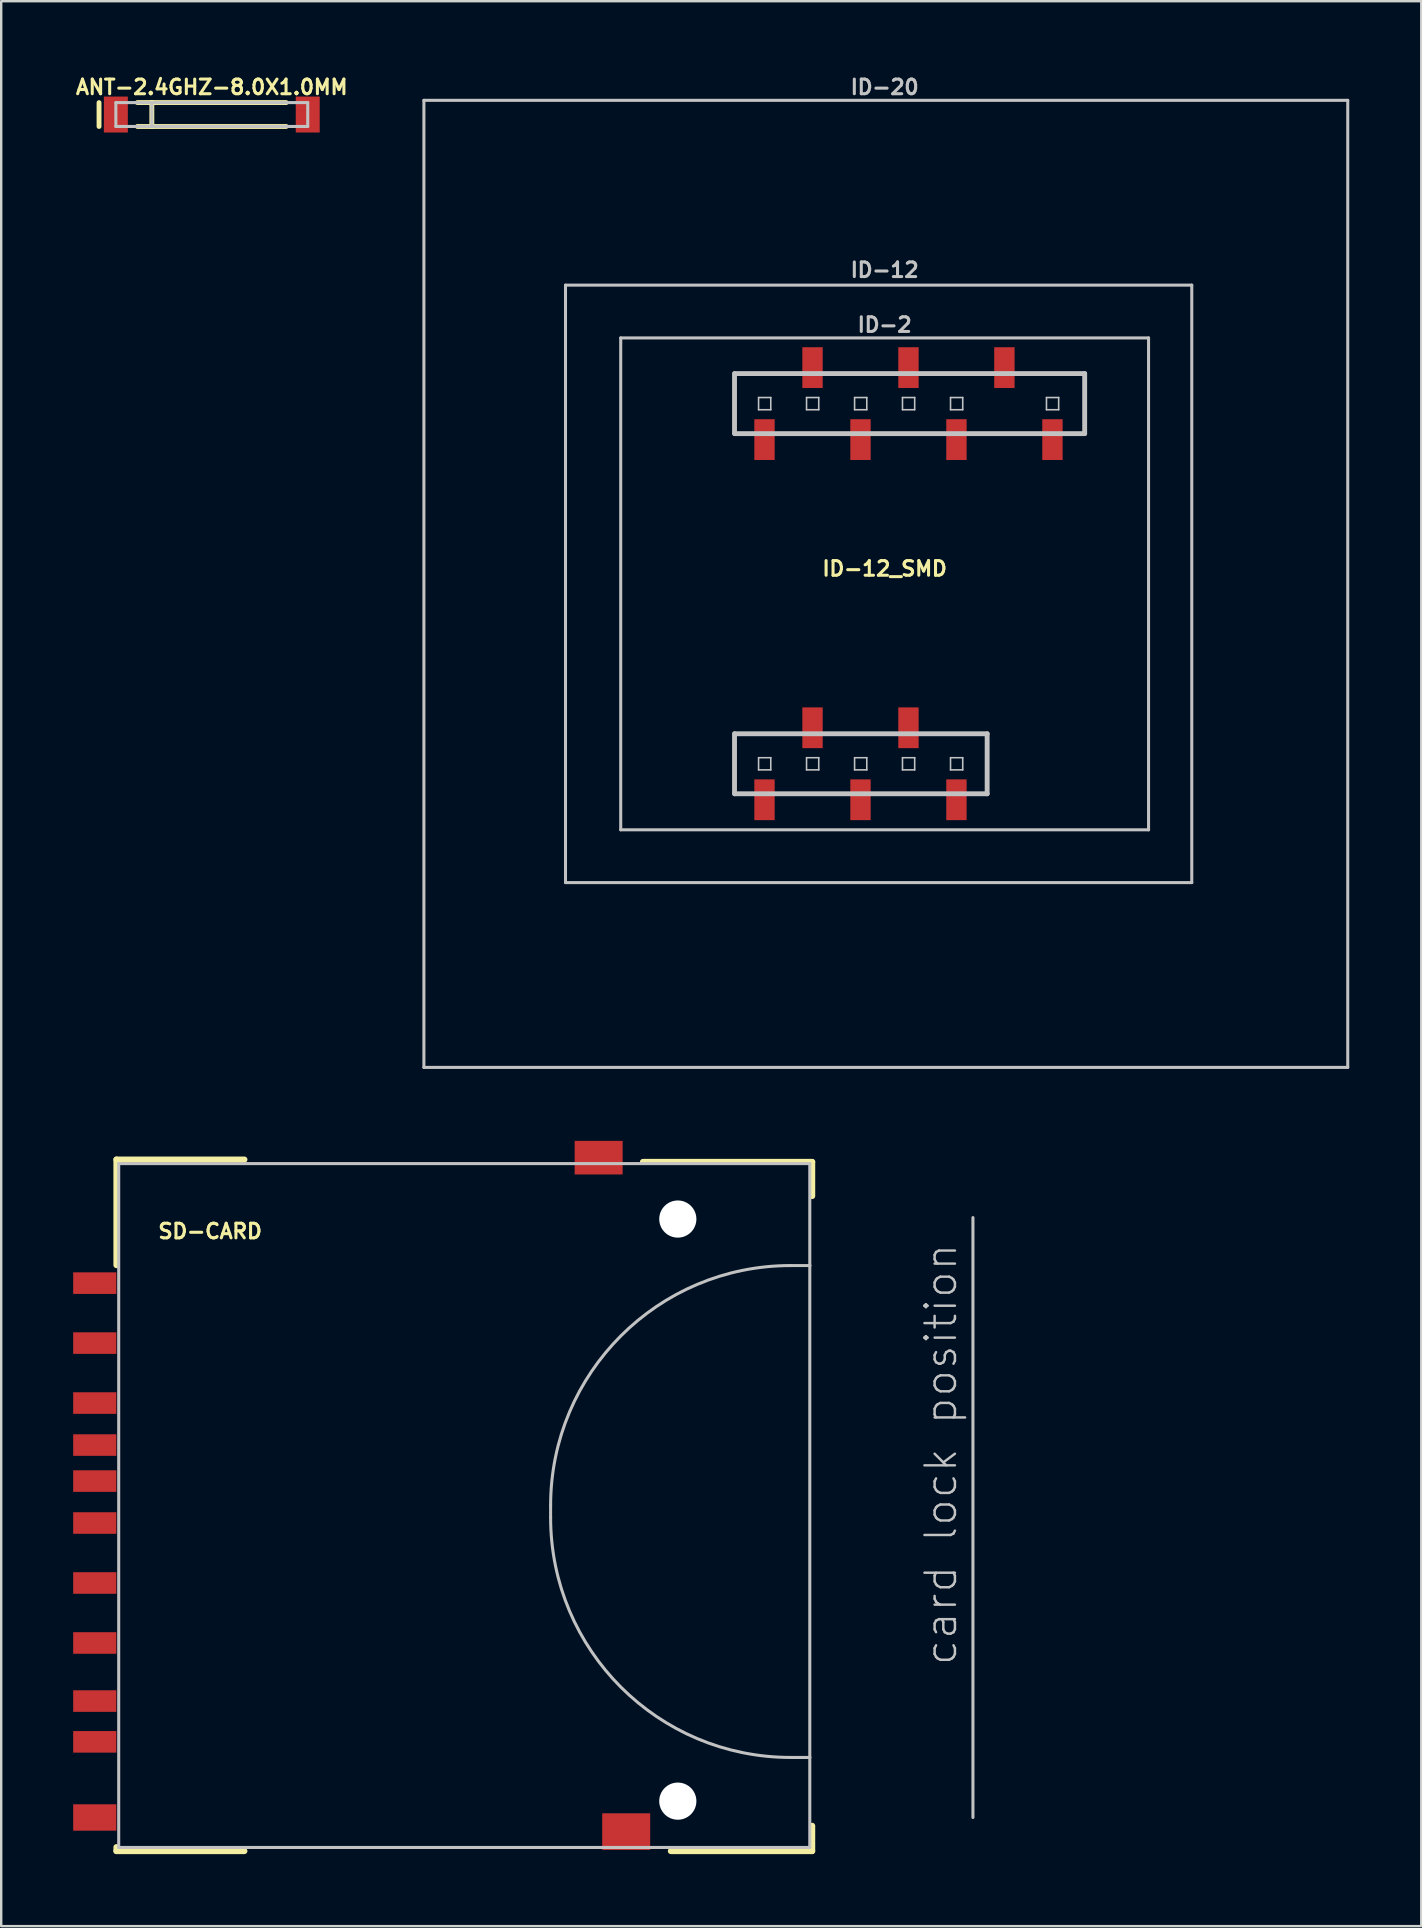
<source format=kicad_pcb>
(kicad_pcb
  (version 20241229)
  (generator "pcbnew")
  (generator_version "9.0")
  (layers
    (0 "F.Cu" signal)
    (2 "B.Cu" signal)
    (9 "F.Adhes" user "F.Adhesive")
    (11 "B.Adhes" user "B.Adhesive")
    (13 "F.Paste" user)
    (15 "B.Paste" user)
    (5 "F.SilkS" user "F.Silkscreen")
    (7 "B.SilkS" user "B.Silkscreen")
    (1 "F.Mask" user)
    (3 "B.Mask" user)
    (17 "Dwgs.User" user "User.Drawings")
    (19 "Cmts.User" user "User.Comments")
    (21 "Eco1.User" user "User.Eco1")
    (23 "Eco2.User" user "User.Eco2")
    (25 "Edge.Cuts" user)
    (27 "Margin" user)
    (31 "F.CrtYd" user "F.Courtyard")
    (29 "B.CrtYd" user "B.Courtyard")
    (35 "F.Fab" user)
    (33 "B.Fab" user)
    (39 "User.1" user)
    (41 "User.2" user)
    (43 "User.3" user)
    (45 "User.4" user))
  (footprint "SD-CARD"
    (layer "F.Cu")
    (at 1.897 59.689)
    (property "Reference" "SD-CARD" (at 3.81 -11.43 0) (layer "F.SilkS") (effects (font (size 0.61 0.61) (thickness 0.127))))
    (attr smd)
    (fp_line (start -0.094 -14.417) (end 5.237 -14.417) (stroke (width 0.254) (type solid)) (layer "F.SilkS"))
    (fp_line (start -0.094 -10.018) (end -0.094 -14.417) (stroke (width 0.254) (type solid)) (layer "F.SilkS"))
    (fp_line (start -0.094 14.237) (end -0.094 14.399) (stroke (width 0.254) (type solid)) (layer "F.SilkS"))
    (fp_line (start -0.094 14.399) (end 5.237 14.399) (stroke (width 0.254) (type solid)) (layer "F.SilkS"))
    (fp_line (start 21.847 -14.318) (end 28.898 -14.318) (stroke (width 0.254) (type solid)) (layer "F.SilkS"))
    (fp_line (start 23.01 14.399) (end 28.898 14.399) (stroke (width 0.254) (type solid)) (layer "F.SilkS"))
    (fp_line (start 28.898 -14.318) (end 28.898 -12.898) (stroke (width 0.254) (type solid)) (layer "F.SilkS"))
    (fp_line (start 28.898 14.399) (end 28.898 13.348) (stroke (width 0.254) (type solid)) (layer "F.SilkS"))
    (fp_line (start 0 -14.249) (end 28.799 -14.249) (stroke (width 0.127) (type solid)) (layer "Dwgs.User"))
    (fp_line (start 0 14.249) (end 0 -14.249) (stroke (width 0.127) (type solid)) (layer "Dwgs.User"))
    (fp_line (start 17.998 0) (end 17.998 0.498) (stroke (width 0.127) (type solid)) (layer "Dwgs.User"))
    (fp_line (start 27.998 10.498) (end 28.799 10.498) (stroke (width 0.127) (type solid)) (layer "Dwgs.User"))
    (fp_line (start 28.799 -14.249) (end 28.799 -10) (stroke (width 0.127) (type solid)) (layer "Dwgs.User"))
    (fp_line (start 28.799 -10) (end 27.998 -10) (stroke (width 0.127) (type solid)) (layer "Dwgs.User"))
    (fp_line (start 28.799 -10) (end 28.799 10.498) (stroke (width 0.127) (type solid)) (layer "Dwgs.User"))
    (fp_line (start 28.799 10.498) (end 28.799 14.249) (stroke (width 0.127) (type solid)) (layer "Dwgs.User"))
    (fp_line (start 28.799 14.249) (end 0 14.249) (stroke (width 0.127) (type solid)) (layer "Dwgs.User"))
    (fp_line (start 35.598 -11.999) (end 35.598 13) (stroke (width 0.127) (type solid)) (layer "Dwgs.User"))
    (fp_arc (start 17.99844 0) (mid 20.927366 -7.071054) (end 27.99842 -9.99998) (stroke (width 0.127) (type solid)) (layer "Dwgs.User"))
    (fp_arc (start 27.99842 10.49782) (mid 20.927366 7.568894) (end 17.99844 0.49784) (stroke (width 0.127) (type solid)) (layer "Dwgs.User"))
    (fp_text user "card lock position" (at 34.265 -2.129 90) (layer "Dwgs.User") (effects (font (size 1.27 1.27) (thickness 0.102))))
    (pad "" np_thru_hole circle (at 23.299 -11.938) (size 1.549 1.549) (drill 1.549) (layers "*.Cu" "*.Mask"))
    (pad "" np_thru_hole circle (at 23.299 12.319) (size 1.549 1.549) (drill 1.549) (layers "*.Cu" "*.Mask"))
    (pad "1" smd rect (at -0.998 -6.769) (size 1.798 0.899) (layers "F.Cu" "F.Mask" "F.Paste"))
    (pad "2" smd rect (at -0.998 -4.27) (size 1.798 0.899) (layers "F.Cu" "F.Mask" "F.Paste"))
    (pad "3" smd rect (at -0.998 -2.52) (size 1.798 0.899) (layers "F.Cu" "F.Mask" "F.Paste"))
    (pad "4" smd rect (at -0.998 0.729) (size 1.798 0.899) (layers "F.Cu" "F.Mask" "F.Paste"))
    (pad "5" smd rect (at -0.998 3.228) (size 1.798 0.899) (layers "F.Cu" "F.Mask" "F.Paste"))
    (pad "6" smd rect (at -0.998 5.728) (size 1.798 0.899) (layers "F.Cu" "F.Mask" "F.Paste"))
    (pad "7" smd rect (at -0.998 8.148) (size 1.798 0.899) (layers "F.Cu" "F.Mask" "F.Paste"))
    (pad "8" smd rect (at -0.998 9.848) (size 1.798 0.899) (layers "F.Cu" "F.Mask" "F.Paste"))
    (pad "9" smd rect (at -0.998 -9.268) (size 1.798 0.899) (layers "F.Cu" "F.Mask" "F.Paste"))
    (pad "CD" smd rect (at -0.998 -1.019) (size 1.798 0.899) (layers "F.Cu" "F.Mask" "F.Paste"))
    (pad "SH@1" smd rect (at 20 -14.496) (size 1.999 1.4) (layers "F.Cu" "F.Mask" "F.Paste"))
    (pad "SH@2" smd rect (at 21.148 13.589) (size 1.999 1.527) (layers "F.Cu" "F.Mask" "F.Paste"))
    (pad "WP" smd rect (at -0.998 13) (size 1.798 1.1) (layers "F.Cu" "F.Mask" "F.Paste")))
  (footprint "ANT-2.4GHZ-8.0X1.0MM"
    (layer "F.Cu")
    (at 5.776 1.723)
    (property "Reference" "ANT-2.4GHZ-8.0X1.0MM" (at 0 -1.143 0) (layer "F.SilkS") (effects (font (size 0.61 0.61) (thickness 0.127))))
    (attr smd)
    (fp_line (start -4.699 -0.498) (end -4.699 0.498) (stroke (width 0.203) (type solid)) (layer "F.SilkS"))
    (fp_line (start -3.099 -0.498) (end -2.499 -0.498) (stroke (width 0.203) (type solid)) (layer "F.SilkS"))
    (fp_line (start -2.499 -0.498) (end -2.499 0.498) (stroke (width 0.203) (type solid)) (layer "F.SilkS"))
    (fp_line (start -2.499 -0.498) (end 3.099 -0.498) (stroke (width 0.203) (type solid)) (layer "F.SilkS"))
    (fp_line (start -2.499 0.498) (end -3.099 0.498) (stroke (width 0.203) (type solid)) (layer "F.SilkS"))
    (fp_line (start 3.099 0.498) (end -2.499 0.498) (stroke (width 0.203) (type solid)) (layer "F.SilkS"))
    (fp_line (start -3.998 -0.498) (end -2.499 -0.498) (stroke (width 0.127) (type solid)) (layer "Dwgs.User"))
    (fp_line (start -3.998 0.498) (end -3.998 -0.498) (stroke (width 0.127) (type solid)) (layer "Dwgs.User"))
    (fp_line (start -2.499 -0.498) (end -2.499 0.498) (stroke (width 0.127) (type solid)) (layer "Dwgs.User"))
    (fp_line (start -2.499 -0.498) (end 3.998 -0.498) (stroke (width 0.127) (type solid)) (layer "Dwgs.User"))
    (fp_line (start -2.499 0.498) (end -3.998 0.498) (stroke (width 0.127) (type solid)) (layer "Dwgs.User"))
    (fp_line (start 3.998 -0.498) (end 3.998 0.498) (stroke (width 0.127) (type solid)) (layer "Dwgs.User"))
    (fp_line (start 3.998 0.498) (end -2.499 0.498) (stroke (width 0.127) (type solid)) (layer "Dwgs.User"))
    (pad "FEED" smd rect (at -3.998 0) (size 0.998 1.499) (layers "F.Cu" "F.Mask" "F.Paste"))
    (pad "NC" smd rect (at 3.998 0) (size 0.998 1.499) (layers "F.Cu" "F.Mask" "F.Paste")))
  (footprint "ID-12_SMD"
    (layer "F.Cu")
    (at 33.815 21.281)
    (property "Reference" "ID-12_SMD" (at 0 -0.635 0) (layer "F.SilkS") (effects (font (size 0.61 0.61) (thickness 0.127))))
    (attr smd)
    (fp_line (start -19.2 -20.15) (end 19.299 -20.15) (stroke (width 0.127) (type solid)) (layer "Dwgs.User"))
    (fp_line (start -19.2 20.15) (end -19.2 -20.15) (stroke (width 0.127) (type solid)) (layer "Dwgs.User"))
    (fp_line (start -13.299 -12.449) (end -13.299 12.449) (stroke (width 0.127) (type solid)) (layer "Dwgs.User"))
    (fp_line (start -13.299 12.449) (end 12.799 12.449) (stroke (width 0.127) (type solid)) (layer "Dwgs.User"))
    (fp_line (start -10.998 -10.249) (end 10.998 -10.249) (stroke (width 0.127) (type solid)) (layer "Dwgs.User"))
    (fp_line (start -10.998 10.249) (end -10.998 -10.249) (stroke (width 0.127) (type solid)) (layer "Dwgs.User"))
    (fp_line (start -6.256 -8.763) (end -6.256 -6.261) (stroke (width 0.203) (type solid)) (layer "Dwgs.User"))
    (fp_line (start -6.256 6.246) (end -6.256 8.748) (stroke (width 0.203) (type solid)) (layer "Dwgs.User"))
    (fp_line (start -6.243 -8.763) (end 8.336 -8.763) (stroke (width 0.203) (type solid)) (layer "Dwgs.User"))
    (fp_line (start -6.243 6.246) (end 4.272 6.246) (stroke (width 0.203) (type solid)) (layer "Dwgs.User"))
    (fp_line (start -5.253 -7.765) (end -4.745 -7.765) (stroke (width 0.066) (type solid)) (layer "Dwgs.User"))
    (fp_line (start -5.253 -7.257) (end -5.253 -7.765) (stroke (width 0.066) (type solid)) (layer "Dwgs.User"))
    (fp_line (start -5.253 -7.257) (end -4.745 -7.257) (stroke (width 0.066) (type solid)) (layer "Dwgs.User"))
    (fp_line (start -5.253 7.244) (end -4.745 7.244) (stroke (width 0.066) (type solid)) (layer "Dwgs.User"))
    (fp_line (start -5.253 7.752) (end -5.253 7.244) (stroke (width 0.066) (type solid)) (layer "Dwgs.User"))
    (fp_line (start -5.253 7.752) (end -4.745 7.752) (stroke (width 0.066) (type solid)) (layer "Dwgs.User"))
    (fp_line (start -4.745 -7.257) (end -4.745 -7.765) (stroke (width 0.066) (type solid)) (layer "Dwgs.User"))
    (fp_line (start -4.745 7.752) (end -4.745 7.244) (stroke (width 0.066) (type solid)) (layer "Dwgs.User"))
    (fp_line (start -3.254 -7.765) (end -2.746 -7.765) (stroke (width 0.066) (type solid)) (layer "Dwgs.User"))
    (fp_line (start -3.254 -7.257) (end -3.254 -7.765) (stroke (width 0.066) (type solid)) (layer "Dwgs.User"))
    (fp_line (start -3.254 -7.257) (end -2.746 -7.257) (stroke (width 0.066) (type solid)) (layer "Dwgs.User"))
    (fp_line (start -3.254 7.244) (end -2.746 7.244) (stroke (width 0.066) (type solid)) (layer "Dwgs.User"))
    (fp_line (start -3.254 7.752) (end -3.254 7.244) (stroke (width 0.066) (type solid)) (layer "Dwgs.User"))
    (fp_line (start -3.254 7.752) (end -2.746 7.752) (stroke (width 0.066) (type solid)) (layer "Dwgs.User"))
    (fp_line (start -2.746 -7.257) (end -2.746 -7.765) (stroke (width 0.066) (type solid)) (layer "Dwgs.User"))
    (fp_line (start -2.746 7.752) (end -2.746 7.244) (stroke (width 0.066) (type solid)) (layer "Dwgs.User"))
    (fp_line (start -1.252 -7.765) (end -0.744 -7.765) (stroke (width 0.066) (type solid)) (layer "Dwgs.User"))
    (fp_line (start -1.252 -7.257) (end -1.252 -7.765) (stroke (width 0.066) (type solid)) (layer "Dwgs.User"))
    (fp_line (start -1.252 -7.257) (end -0.744 -7.257) (stroke (width 0.066) (type solid)) (layer "Dwgs.User"))
    (fp_line (start -1.252 7.244) (end -0.744 7.244) (stroke (width 0.066) (type solid)) (layer "Dwgs.User"))
    (fp_line (start -1.252 7.752) (end -1.252 7.244) (stroke (width 0.066) (type solid)) (layer "Dwgs.User"))
    (fp_line (start -1.252 7.752) (end -0.744 7.752) (stroke (width 0.066) (type solid)) (layer "Dwgs.User"))
    (fp_line (start -0.744 -7.257) (end -0.744 -7.765) (stroke (width 0.066) (type solid)) (layer "Dwgs.User"))
    (fp_line (start -0.744 7.752) (end -0.744 7.244) (stroke (width 0.066) (type solid)) (layer "Dwgs.User"))
    (fp_line (start 0.744 -7.765) (end 1.252 -7.765) (stroke (width 0.066) (type solid)) (layer "Dwgs.User"))
    (fp_line (start 0.744 -7.257) (end 0.744 -7.765) (stroke (width 0.066) (type solid)) (layer "Dwgs.User"))
    (fp_line (start 0.744 -7.257) (end 1.252 -7.257) (stroke (width 0.066) (type solid)) (layer "Dwgs.User"))
    (fp_line (start 0.744 7.244) (end 1.252 7.244) (stroke (width 0.066) (type solid)) (layer "Dwgs.User"))
    (fp_line (start 0.744 7.752) (end 0.744 7.244) (stroke (width 0.066) (type solid)) (layer "Dwgs.User"))
    (fp_line (start 0.744 7.752) (end 1.252 7.752) (stroke (width 0.066) (type solid)) (layer "Dwgs.User"))
    (fp_line (start 1.252 -7.257) (end 1.252 -7.765) (stroke (width 0.066) (type solid)) (layer "Dwgs.User"))
    (fp_line (start 1.252 7.752) (end 1.252 7.244) (stroke (width 0.066) (type solid)) (layer "Dwgs.User"))
    (fp_line (start 2.746 -7.765) (end 3.254 -7.765) (stroke (width 0.066) (type solid)) (layer "Dwgs.User"))
    (fp_line (start 2.746 -7.257) (end 2.746 -7.765) (stroke (width 0.066) (type solid)) (layer "Dwgs.User"))
    (fp_line (start 2.746 -7.257) (end 3.254 -7.257) (stroke (width 0.066) (type solid)) (layer "Dwgs.User"))
    (fp_line (start 2.746 7.244) (end 3.254 7.244) (stroke (width 0.066) (type solid)) (layer "Dwgs.User"))
    (fp_line (start 2.746 7.752) (end 2.746 7.244) (stroke (width 0.066) (type solid)) (layer "Dwgs.User"))
    (fp_line (start 2.746 7.752) (end 3.254 7.752) (stroke (width 0.066) (type solid)) (layer "Dwgs.User"))
    (fp_line (start 3.254 -7.257) (end 3.254 -7.765) (stroke (width 0.066) (type solid)) (layer "Dwgs.User"))
    (fp_line (start 3.254 7.752) (end 3.254 7.244) (stroke (width 0.066) (type solid)) (layer "Dwgs.User"))
    (fp_line (start 4.272 6.246) (end 4.272 8.748) (stroke (width 0.203) (type solid)) (layer "Dwgs.User"))
    (fp_line (start 4.272 8.748) (end -6.243 8.748) (stroke (width 0.203) (type solid)) (layer "Dwgs.User"))
    (fp_line (start 6.744 -7.765) (end 7.252 -7.765) (stroke (width 0.066) (type solid)) (layer "Dwgs.User"))
    (fp_line (start 6.744 -7.257) (end 6.744 -7.765) (stroke (width 0.066) (type solid)) (layer "Dwgs.User"))
    (fp_line (start 6.744 -7.257) (end 7.252 -7.257) (stroke (width 0.066) (type solid)) (layer "Dwgs.User"))
    (fp_line (start 7.252 -7.257) (end 7.252 -7.765) (stroke (width 0.066) (type solid)) (layer "Dwgs.User"))
    (fp_line (start 8.336 -8.763) (end 8.336 -6.261) (stroke (width 0.203) (type solid)) (layer "Dwgs.User"))
    (fp_line (start 8.336 -6.261) (end -6.243 -6.261) (stroke (width 0.203) (type solid)) (layer "Dwgs.User"))
    (fp_line (start 10.998 -10.249) (end 10.998 10.249) (stroke (width 0.127) (type solid)) (layer "Dwgs.User"))
    (fp_line (start 10.998 10.249) (end -10.998 10.249) (stroke (width 0.127) (type solid)) (layer "Dwgs.User"))
    (fp_line (start 12.799 -12.449) (end -13.299 -12.449) (stroke (width 0.127) (type solid)) (layer "Dwgs.User"))
    (fp_line (start 12.799 12.449) (end 12.799 -12.449) (stroke (width 0.127) (type solid)) (layer "Dwgs.User"))
    (fp_line (start 19.299 -20.15) (end 19.299 20.15) (stroke (width 0.127) (type solid)) (layer "Dwgs.User"))
    (fp_line (start 19.299 20.15) (end -19.2 20.15) (stroke (width 0.127) (type solid)) (layer "Dwgs.User"))
    (fp_text user "ID-20" (at 0 -20.701 0) (layer "Dwgs.User") (effects (font (size 0.61 0.61) (thickness 0.127))))
    (fp_text user "ID-12" (at 0 -13.081 0) (layer "Dwgs.User") (effects (font (size 0.61 0.61) (thickness 0.127))))
    (fp_text user "ID-2" (at 0 -10.795 0) (layer "Dwgs.User") (effects (font (size 0.61 0.61) (thickness 0.127))))
    (pad "1" smd rect (at 2.992 8.997) (size 0.848 1.699) (layers "F.Cu" "F.Mask" "F.Paste"))
    (pad "2" smd rect (at 0.993 5.997) (size 0.848 1.699) (layers "F.Cu" "F.Mask" "F.Paste"))
    (pad "3" smd rect (at -1.006 8.997) (size 0.848 1.699) (layers "F.Cu" "F.Mask" "F.Paste"))
    (pad "4" smd rect (at -3.005 5.997) (size 0.848 1.699) (layers "F.Cu" "F.Mask" "F.Paste"))
    (pad "5" smd rect (at -5.006 8.997) (size 0.848 1.699) (layers "F.Cu" "F.Mask" "F.Paste"))
    (pad "6" smd rect (at -5.006 -6.012) (size 0.848 1.699) (layers "F.Cu" "F.Mask" "F.Paste"))
    (pad "7" smd rect (at -3.005 -9.012) (size 0.848 1.699) (layers "F.Cu" "F.Mask" "F.Paste"))
    (pad "8" smd rect (at -1.006 -6.012) (size 0.848 1.699) (layers "F.Cu" "F.Mask" "F.Paste"))
    (pad "9" smd rect (at 0.993 -9.012) (size 0.848 1.699) (layers "F.Cu" "F.Mask" "F.Paste"))
    (pad "10" smd rect (at 2.992 -6.012) (size 0.848 1.699) (layers "F.Cu" "F.Mask" "F.Paste"))
    (pad "11" smd rect (at 6.993 -6.012) (size 0.848 1.699) (layers "F.Cu" "F.Mask" "F.Paste"))
    (pad "NC" smd rect (at 4.991 -9.012) (size 0.848 1.699) (layers "F.Cu" "F.Mask" "F.Paste")))
  (gr_rect
    (start -3 -3)
    (end 56.177 77.216)
    (stroke (width 0.1) (type default))
    (fill no)
    (layer "Edge.Cuts")))
</source>
